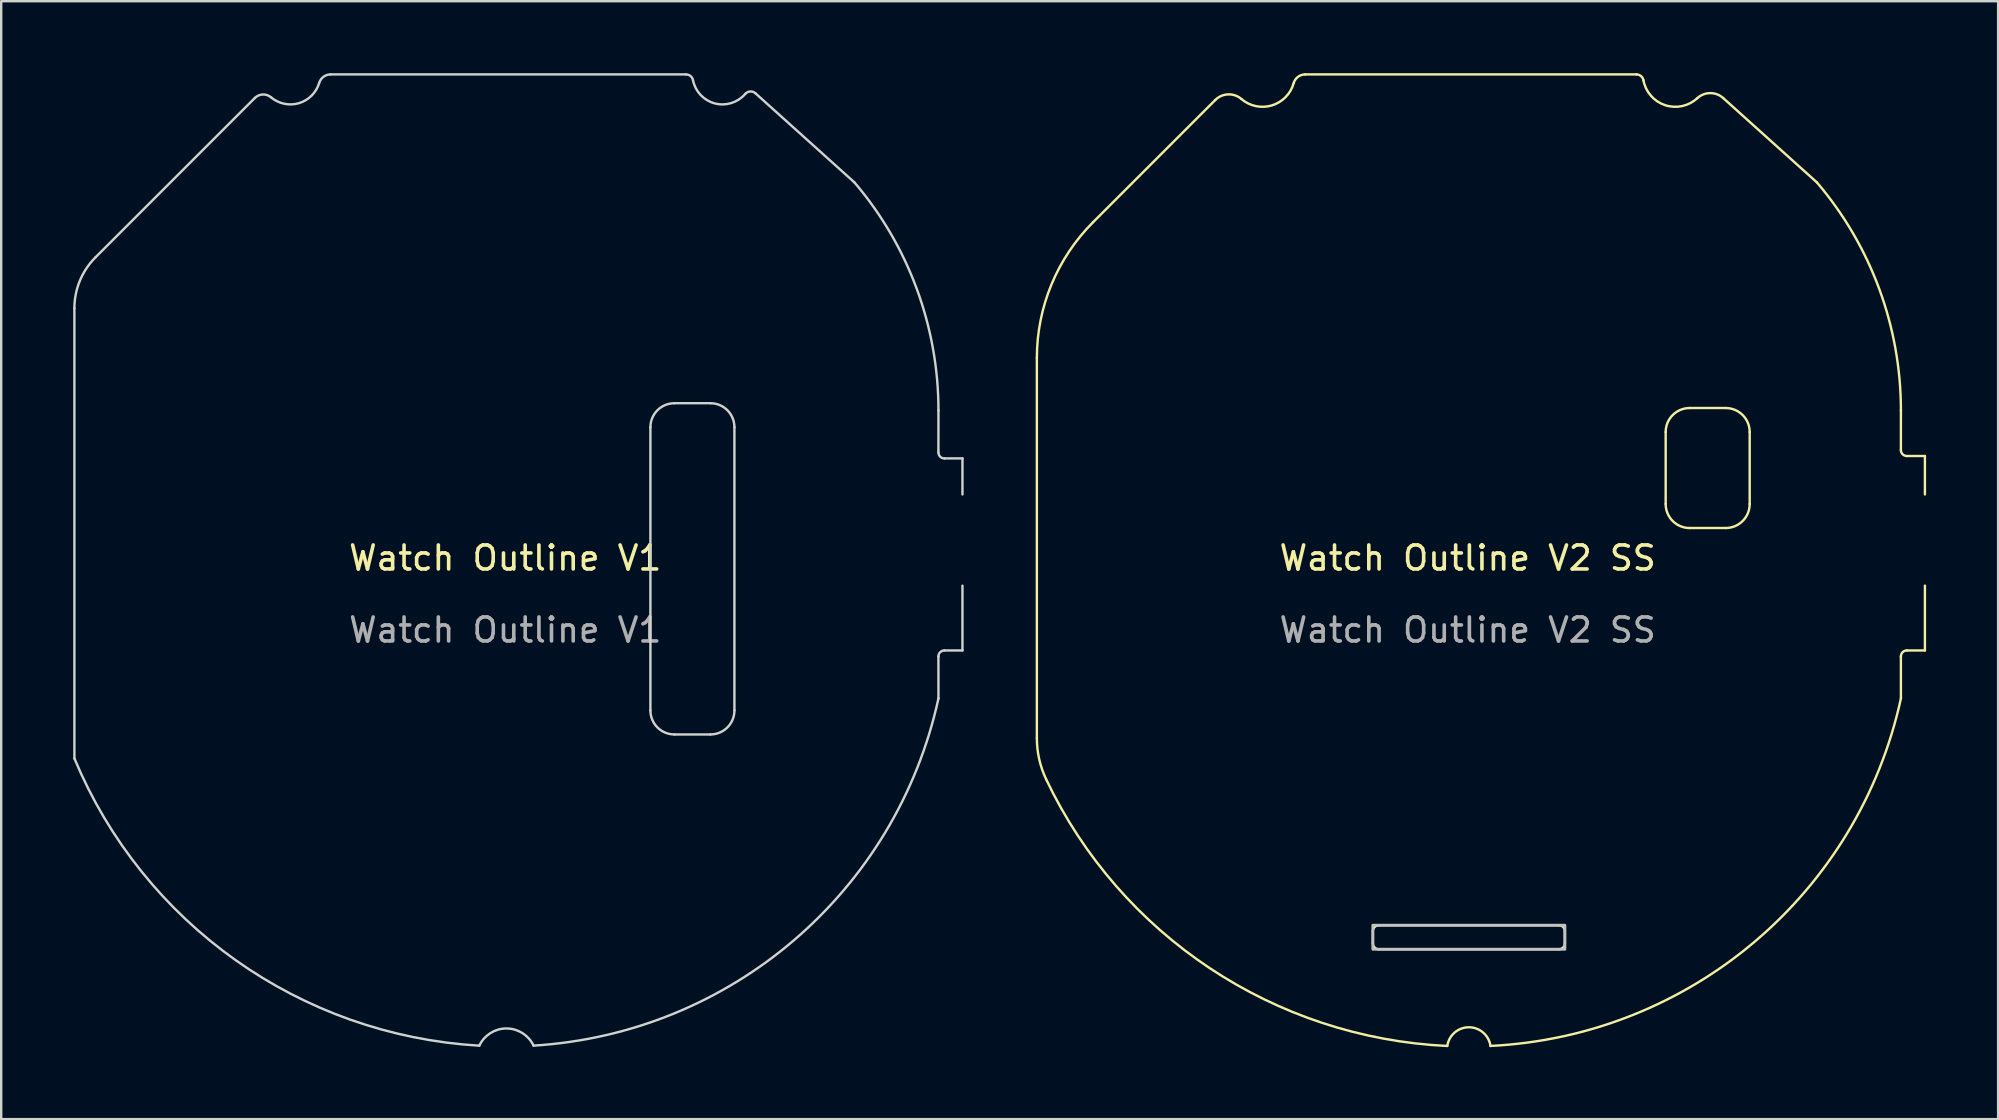
<source format=kicad_pcb>
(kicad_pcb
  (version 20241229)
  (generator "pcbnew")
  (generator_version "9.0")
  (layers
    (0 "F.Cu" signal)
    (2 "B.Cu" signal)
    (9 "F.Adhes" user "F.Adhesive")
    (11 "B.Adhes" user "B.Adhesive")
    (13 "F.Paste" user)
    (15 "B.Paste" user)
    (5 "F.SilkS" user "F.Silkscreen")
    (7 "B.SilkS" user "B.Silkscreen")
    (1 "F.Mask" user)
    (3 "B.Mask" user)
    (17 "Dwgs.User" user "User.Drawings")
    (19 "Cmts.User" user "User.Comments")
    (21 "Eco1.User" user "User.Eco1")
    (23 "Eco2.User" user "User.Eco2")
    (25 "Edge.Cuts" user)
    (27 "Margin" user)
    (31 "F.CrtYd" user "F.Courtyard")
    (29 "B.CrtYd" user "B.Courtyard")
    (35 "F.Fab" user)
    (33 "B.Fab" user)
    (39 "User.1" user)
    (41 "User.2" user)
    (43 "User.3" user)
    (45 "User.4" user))
  (footprint "Watch Outline V2 SS"
    (layer "F.Cu")
    (at 58.099 20.7)
    (property "Reference" "Watch Outline V2 SS" (at 0 -0.5 0) (unlocked yes) (layer "F.SilkS") (effects (font (size 1 1) (thickness 0.15))))
    (fp_line (start -17.949 -8.836) (end -17.949 7.002) (stroke (width 0.1) (type solid)) (layer "F.SilkS"))
    (fp_line (start -15.606 -14.493) (end -10.515 -19.584) (stroke (width 0.1) (type solid)) (layer "F.SilkS"))
    (fp_line (start -6.768 -20.65) (end 7.029 -20.65) (stroke (width 0.1) (type solid)) (layer "F.SilkS"))
    (fp_line (start -3.95 15.55) (end -3.95 15.05) (stroke (width 0.1) (type default)) (layer "F.SilkS"))
    (fp_line (start -3.7 14.8) (end 3.8 14.8) (stroke (width 0.1) (type default)) (layer "F.SilkS"))
    (fp_line (start 3.8 15.8) (end -3.7 15.8) (stroke (width 0.1) (type default)) (layer "F.SilkS"))
    (fp_line (start 4.05 15.05) (end 4.05 15.55) (stroke (width 0.1) (type default)) (layer "F.SilkS"))
    (fp_line (start 8.25 -2.75) (end 8.25 -5.75) (stroke (width 0.1) (type default)) (layer "F.SilkS"))
    (fp_line (start 9.25 -6.75) (end 10.75 -6.75) (stroke (width 0.1) (type default)) (layer "F.SilkS"))
    (fp_line (start 10.75 -1.75) (end 9.25 -1.75) (stroke (width 0.1) (type default)) (layer "F.SilkS"))
    (fp_line (start 11.75 -5.75) (end 11.75 -2.75) (stroke (width 0.1) (type default)) (layer "F.SilkS"))
    (fp_line (start 14.551 -16.15) (end 10.645 -19.665) (stroke (width 0.1) (type solid)) (layer "F.SilkS"))
    (fp_line (start 18.05 3.6) (end 18.051 5.35) (stroke (width 0.1) (type solid)) (layer "F.SilkS"))
    (fp_line (start 18.051 -6.65) (end 18.05 -5) (stroke (width 0.1) (type solid)) (layer "F.SilkS"))
    (fp_line (start 18.3 -4.75) (end 19.051 -4.75) (stroke (width 0.1) (type solid)) (layer "F.SilkS"))
    (fp_line (start 19.051 -4.75) (end 19.051 -3.15) (stroke (width 0.1) (type solid)) (layer "F.SilkS"))
    (fp_line (start 19.051 0.65) (end 19.051 3.35) (stroke (width 0.1) (type solid)) (layer "F.SilkS"))
    (fp_line (start 19.051 3.35) (end 18.3 3.35) (stroke (width 0.1) (type solid)) (layer "F.SilkS"))
    (fp_arc (start -17.948964 -8.836298) (mid -17.340011 -11.89777) (end -15.605818 -14.493152) (stroke (width 0.1) (type solid)) (layer "F.SilkS"))
    (fp_arc (start -17.561867 8.718723) (mid -17.850984 7.881942) (end -17.948964 7.002061) (stroke (width 0.1) (type solid)) (layer "F.SilkS"))
    (fp_arc (start -10.514836 -19.584134) (mid -9.979611 -19.817869) (end -9.428151 -19.62554) (stroke (width 0.1) (type solid)) (layer "F.SilkS"))
    (fp_arc (start -7.249205 -20.285141) (mid -8.157835 -19.357938) (end -9.428151 -19.62554) (stroke (width 0.1) (type solid)) (layer "F.SilkS"))
    (fp_arc (start -7.249205 -20.285141) (mid -7.069833 -20.548482) (end -6.767813 -20.650006) (stroke (width 0.1) (type solid)) (layer "F.SilkS"))
    (fp_arc (start -3.95 15.05) (mid -3.876777 14.873223) (end -3.7 14.8) (stroke (width 0.1) (type default)) (layer "F.SilkS"))
    (fp_arc (start -3.7 15.8) (mid -3.876777 15.726777) (end -3.95 15.55) (stroke (width 0.1) (type default)) (layer "F.SilkS"))
    (fp_arc (start -0.848965 19.829213) (mid -10.74445 16.589053) (end -17.561868 8.718723) (stroke (width 0.1) (type solid)) (layer "F.SilkS"))
    (fp_arc (start -0.848965 19.829213) (mid 0.050425 19.049986) (end 0.950859 19.828005) (stroke (width 0.1) (type solid)) (layer "F.SilkS"))
    (fp_arc (start 3.8 14.8) (mid 3.976777 14.873223) (end 4.05 15.05) (stroke (width 0.1) (type default)) (layer "F.SilkS"))
    (fp_arc (start 4.05 15.55) (mid 3.976777 15.726777) (end 3.8 15.8) (stroke (width 0.1) (type default)) (layer "F.SilkS"))
    (fp_arc (start 7.028538 -20.650006) (mid 7.220424 -20.580624) (end 7.323538 -20.404551) (stroke (width 0.1) (type solid)) (layer "F.SilkS"))
    (fp_arc (start 8.250002 -5.75) (mid 8.542895 -6.457106) (end 9.250002 -6.75) (stroke (width 0.1) (type default)) (layer "F.SilkS"))
    (fp_arc (start 9.250001 -1.750001) (mid 8.542895 -2.042894) (end 8.250001 -2.750001) (stroke (width 0.1) (type default)) (layer "F.SilkS"))
    (fp_arc (start 9.56708 -19.658361) (mid 10.104732 -19.870723) (end 10.645094 -19.665354) (stroke (width 0.1) (type solid)) (layer "F.SilkS"))
    (fp_arc (start 9.567081 -19.65836) (mid 8.224984 -19.369012) (end 7.323538 -20.404551) (stroke (width 0.1) (type solid)) (layer "F.SilkS"))
    (fp_arc (start 10.75 -6.749998) (mid 11.457106 -6.457105) (end 11.75 -5.749998) (stroke (width 0.1) (type default)) (layer "F.SilkS"))
    (fp_arc (start 11.749999 -2.749999) (mid 11.457106 -2.042893) (end 10.749999 -1.749999) (stroke (width 0.1) (type default)) (layer "F.SilkS"))
    (fp_arc (start 14.551035 -16.150006) (mid 17.148203 -11.71212) (end 18.051035 -6.650006) (stroke (width 0.1) (type solid)) (layer "F.SilkS"))
    (fp_arc (start 18.05 3.6) (mid 18.123223 3.423223) (end 18.3 3.35) (stroke (width 0.1) (type default)) (layer "F.SilkS"))
    (fp_arc (start 18.051035 5.349993) (mid 11.954988 15.4875) (end 0.950859 19.828005) (stroke (width 0.1) (type solid)) (layer "F.SilkS"))
    (fp_arc (start 18.3 -4.75) (mid 18.123223 -4.823223) (end 18.05 -5) (stroke (width 0.1) (type default)) (layer "F.SilkS"))
    (fp_rect (start -3.95 14.8) (end 4.05 15.8) (stroke (width 0.12) (type default)) (fill no) (layer "Dwgs.User"))
    (fp_text user "${REFERENCE}" (at 0 2.5 0) (unlocked yes) (layer "F.Fab") (effects (font (size 1 1) (thickness 0.15)))))
  (footprint "Watch Outline V1"
    (layer "F.Cu")
    (at 17.999 20.7)
    (property "Reference" "Watch Outline V1" (at 0 -0.5 0) (unlocked yes) (layer "F.SilkS") (effects (font (size 1 1) (thickness 0.15))))
    (fp_line (start -17.949 -10.907) (end -17.949 7.85) (stroke (width 0.1) (type solid)) (layer "Edge.Cuts"))
    (fp_line (start -17.07 -13.029) (end -10.432 -19.667) (stroke (width 0.1) (type solid)) (layer "Edge.Cuts"))
    (fp_line (start -7.272 -20.65) (end 7.53 -20.65) (stroke (width 0.1) (type solid)) (layer "Edge.Cuts"))
    (fp_line (start 6.05 5.85) (end 6.05 -5.95) (stroke (width 0.1) (type default)) (layer "Edge.Cuts"))
    (fp_line (start 7.05 -6.95) (end 8.55 -6.95) (stroke (width 0.1) (type default)) (layer "Edge.Cuts"))
    (fp_line (start 8.55 6.85) (end 7.05 6.85) (stroke (width 0.1) (type default)) (layer "Edge.Cuts"))
    (fp_line (start 9.55 -5.95) (end 9.55 5.85) (stroke (width 0.1) (type default)) (layer "Edge.Cuts"))
    (fp_line (start 14.551 -16.15) (end 10.427 -19.862) (stroke (width 0.1) (type solid)) (layer "Edge.Cuts"))
    (fp_line (start 18.05 3.6) (end 18.051 5.35) (stroke (width 0.1) (type solid)) (layer "Edge.Cuts"))
    (fp_line (start 18.051 -6.65) (end 18.05 -4.9) (stroke (width 0.1) (type solid)) (layer "Edge.Cuts"))
    (fp_line (start 18.3 -4.65) (end 19.051 -4.65) (stroke (width 0.1) (type solid)) (layer "Edge.Cuts"))
    (fp_line (start 19.051 -4.65) (end 19.051 -3.15) (stroke (width 0.1) (type solid)) (layer "Edge.Cuts"))
    (fp_line (start 19.051 0.65) (end 19.051 3.35) (stroke (width 0.1) (type solid)) (layer "Edge.Cuts"))
    (fp_line (start 19.051 3.35) (end 18.3 3.35) (stroke (width 0.1) (type solid)) (layer "Edge.Cuts"))
    (fp_arc (start -17.948965 -10.907365) (mid -17.720602 -12.055415) (end -17.070285 -13.028685) (stroke (width 0.1) (type solid)) (layer "Edge.Cuts"))
    (fp_arc (start -10.432061 -19.666909) (mid -10.099447 -19.81293) (end -9.755781 -19.695256) (stroke (width 0.1) (type solid)) (layer "Edge.Cuts"))
    (fp_arc (start -7.751071 -20.292863) (mid -8.591865 -19.452093) (end -9.755781 -19.695256) (stroke (width 0.1) (type solid)) (layer "Edge.Cuts"))
    (fp_arc (start -7.751071 -20.292863) (mid -7.570722 -20.550898) (end -7.271914 -20.650006) (stroke (width 0.1) (type solid)) (layer "Edge.Cuts"))
    (fp_arc (start -1.079722 19.817182) (mid -11.231687 16.254399) (end -17.948965 7.849994) (stroke (width 0.1) (type solid)) (layer "Edge.Cuts"))
    (fp_arc (start -1.079722 19.817182) (mid 0.05 19.1) (end 1.18091 19.815313) (stroke (width 0.1) (type solid)) (layer "Edge.Cuts"))
    (fp_arc (start 6.050002 -5.95) (mid 6.342895 -6.657106) (end 7.050002 -6.95) (stroke (width 0.1) (type default)) (layer "Edge.Cuts"))
    (fp_arc (start 7.05 6.849998) (mid 6.342894 6.557105) (end 6.05 5.849998) (stroke (width 0.1) (type default)) (layer "Edge.Cuts"))
    (fp_arc (start 7.530344 -20.650006) (mid 7.720828 -20.581748) (end 7.824671 -20.408071) (stroke (width 0.1) (type solid)) (layer "Edge.Cuts"))
    (fp_arc (start 8.55 -6.949998) (mid 9.257106 -6.657105) (end 9.55 -5.949998) (stroke (width 0.1) (type default)) (layer "Edge.Cuts"))
    (fp_arc (start 9.549998 5.85) (mid 9.257105 6.557106) (end 8.549998 6.85) (stroke (width 0.1) (type default)) (layer "Edge.Cuts"))
    (fp_arc (start 9.998525 -19.834677) (mid 10.206821 -19.938383) (end 10.426612 -19.861986) (stroke (width 0.1) (type solid)) (layer "Edge.Cuts"))
    (fp_arc (start 9.998526 -19.834677) (mid 8.732234 -19.441352) (end 7.824672 -20.408071) (stroke (width 0.1) (type solid)) (layer "Edge.Cuts"))
    (fp_arc (start 14.551035 -16.150006) (mid 17.148203 -11.71212) (end 18.051035 -6.650006) (stroke (width 0.1) (type solid)) (layer "Edge.Cuts"))
    (fp_arc (start 18.05 3.6) (mid 18.123223 3.423223) (end 18.3 3.35) (stroke (width 0.1) (type default)) (layer "Edge.Cuts"))
    (fp_arc (start 18.051035 5.349994) (mid 12.042676 15.412788) (end 1.18091 19.815314) (stroke (width 0.1) (type solid)) (layer "Edge.Cuts"))
    (fp_arc (start 18.3 -4.65) (mid 18.123223 -4.723223) (end 18.05 -4.9) (stroke (width 0.1) (type default)) (layer "Edge.Cuts"))
    (fp_text user "${REFERENCE}" (at 0 2.5 0) (unlocked yes) (layer "F.Fab") (effects (font (size 1 1) (thickness 0.15)))))
  (gr_rect
    (start -3 -3)
    (end 80.2 43.579)
    (stroke (width 0.1) (type default))
    (fill no)
    (layer "Edge.Cuts")))
</source>
